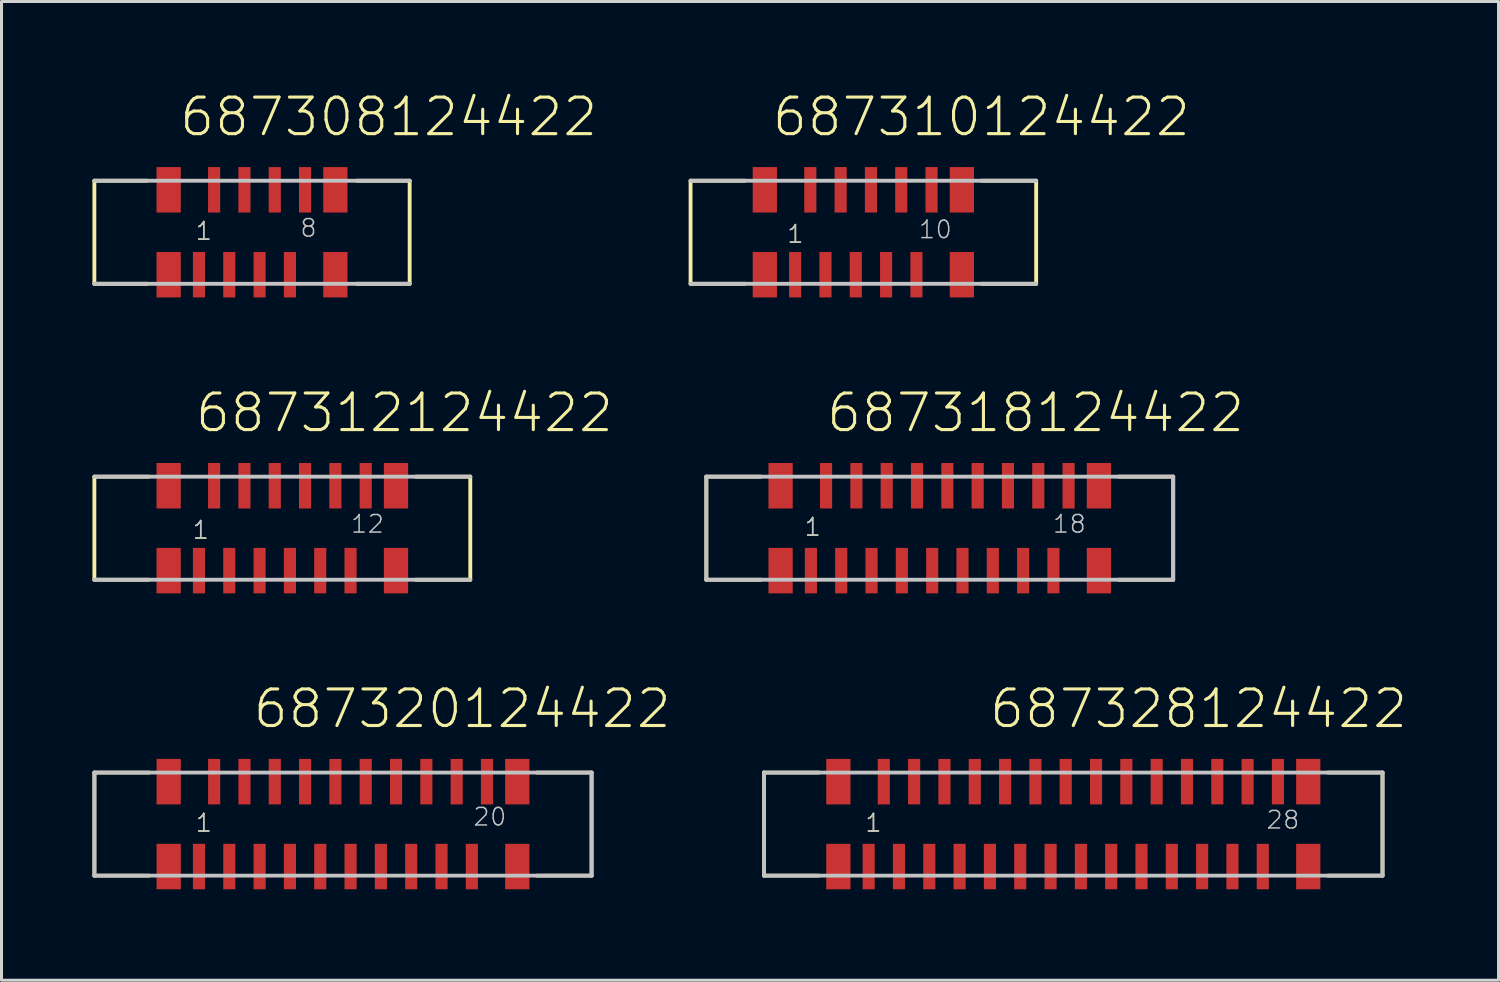
<source format=kicad_pcb>
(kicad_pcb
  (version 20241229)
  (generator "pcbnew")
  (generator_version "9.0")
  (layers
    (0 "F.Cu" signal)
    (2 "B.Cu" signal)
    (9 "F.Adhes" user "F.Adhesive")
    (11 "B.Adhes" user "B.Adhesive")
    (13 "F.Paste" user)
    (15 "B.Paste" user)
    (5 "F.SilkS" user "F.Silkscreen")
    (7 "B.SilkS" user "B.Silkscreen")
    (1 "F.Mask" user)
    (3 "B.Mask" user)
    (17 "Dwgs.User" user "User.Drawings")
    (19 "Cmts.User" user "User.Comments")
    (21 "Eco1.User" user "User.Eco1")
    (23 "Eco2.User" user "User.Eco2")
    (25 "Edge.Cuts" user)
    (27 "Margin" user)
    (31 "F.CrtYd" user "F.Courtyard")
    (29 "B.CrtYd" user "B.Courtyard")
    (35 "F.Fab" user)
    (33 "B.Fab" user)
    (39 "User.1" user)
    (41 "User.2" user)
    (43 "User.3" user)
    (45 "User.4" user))
  (footprint "687320124422"
    (layer "F.Cu")
    (at 8.264 24.134)
    (property "Reference" "687320124422" (at -3.025 -3.1 0) (layer "F.SilkS") (effects (font (size 1.206 1.206) (thickness 0.102)) (justify left bottom)))
    (attr through_hole)
    (fp_line (start -8.2 -1.7) (end -8.2 1.7) (stroke (width 0.127) (type solid)) (layer "F.SilkS"))
    (fp_line (start -8.2 1.7) (end -6.4 1.7) (stroke (width 0.127) (type solid)) (layer "F.SilkS"))
    (fp_line (start -6.4 -1.7) (end -8.2 -1.7) (stroke (width 0.127) (type solid)) (layer "F.SilkS"))
    (fp_line (start 6.4 -1.7) (end 8.2 -1.7) (stroke (width 0.127) (type solid)) (layer "F.SilkS"))
    (fp_line (start 8.2 -1.7) (end 8.2 1.7) (stroke (width 0.127) (type solid)) (layer "F.SilkS"))
    (fp_line (start 8.2 1.7) (end 6.4 1.7) (stroke (width 0.127) (type solid)) (layer "F.SilkS"))
    (fp_line (start -8.2 -1.7) (end -8.2 1.7) (stroke (width 0.127) (type solid)) (layer "Dwgs.User"))
    (fp_line (start -8.2 1.7) (end 8.2 1.7) (stroke (width 0.127) (type solid)) (layer "Dwgs.User"))
    (fp_line (start 8.2 -1.7) (end -8.2 -1.7) (stroke (width 0.127) (type solid)) (layer "Dwgs.User"))
    (fp_line (start 8.2 1.7) (end 8.2 -1.7) (stroke (width 0.127) (type solid)) (layer "Dwgs.User"))
    (fp_text user "1" (at -4.9 0.3 0) (layer "F.SilkS") (effects (font (size 0.579 0.579) (thickness 0.049)) (justify left bottom)))
    (fp_text user "20" (at 4.26 0.1 0) (layer "Dwgs.User") (effects (font (size 0.579 0.579) (thickness 0.049)) (justify left bottom)))
    (fp_text user "1" (at -4.9 0.3 0) (layer "Dwgs.User") (effects (font (size 0.579 0.579) (thickness 0.049)) (justify left bottom)))
    (pad "1" smd rect (at -4.75 1.4 180) (size 0.4 1.5) (layers "F.Cu" "F.Mask" "F.Paste"))
    (pad "2" smd rect (at -4.25 -1.4) (size 0.4 1.5) (layers "F.Cu" "F.Mask" "F.Paste"))
    (pad "3" smd rect (at -3.75 1.4 180) (size 0.4 1.5) (layers "F.Cu" "F.Mask" "F.Paste"))
    (pad "4" smd rect (at -3.25 -1.4 180) (size 0.4 1.5) (layers "F.Cu" "F.Mask" "F.Paste"))
    (pad "5" smd rect (at -2.75 1.4 180) (size 0.4 1.5) (layers "F.Cu" "F.Mask" "F.Paste"))
    (pad "6" smd rect (at -2.25 -1.4 180) (size 0.4 1.5) (layers "F.Cu" "F.Mask" "F.Paste"))
    (pad "7" smd rect (at -1.75 1.4 180) (size 0.4 1.5) (layers "F.Cu" "F.Mask" "F.Paste"))
    (pad "8" smd rect (at -1.25 -1.4 180) (size 0.4 1.5) (layers "F.Cu" "F.Mask" "F.Paste"))
    (pad "9" smd rect (at -0.75 1.4 180) (size 0.4 1.5) (layers "F.Cu" "F.Mask" "F.Paste"))
    (pad "10" smd rect (at -0.25 -1.4 180) (size 0.4 1.5) (layers "F.Cu" "F.Mask" "F.Paste"))
    (pad "11" smd rect (at 0.25 1.4 180) (size 0.4 1.5) (layers "F.Cu" "F.Mask" "F.Paste"))
    (pad "12" smd rect (at 0.75 -1.4 180) (size 0.4 1.5) (layers "F.Cu" "F.Mask" "F.Paste"))
    (pad "13" smd rect (at 1.25 1.4 180) (size 0.4 1.5) (layers "F.Cu" "F.Mask" "F.Paste"))
    (pad "14" smd rect (at 1.75 -1.4 180) (size 0.4 1.5) (layers "F.Cu" "F.Mask" "F.Paste"))
    (pad "15" smd rect (at 2.25 1.4 180) (size 0.4 1.5) (layers "F.Cu" "F.Mask" "F.Paste"))
    (pad "16" smd rect (at 2.75 -1.4 180) (size 0.4 1.5) (layers "F.Cu" "F.Mask" "F.Paste"))
    (pad "17" smd rect (at 3.25 1.4 180) (size 0.4 1.5) (layers "F.Cu" "F.Mask" "F.Paste"))
    (pad "18" smd rect (at 3.75 -1.4 180) (size 0.4 1.5) (layers "F.Cu" "F.Mask" "F.Paste"))
    (pad "19" smd rect (at 4.25 1.4 180) (size 0.4 1.5) (layers "F.Cu" "F.Mask" "F.Paste"))
    (pad "20" smd rect (at 4.75 -1.4 180) (size 0.4 1.5) (layers "F.Cu" "F.Mask" "F.Paste"))
    (pad "Z1" smd rect (at -5.75 -1.4 180) (size 0.8 1.5) (layers "F.Cu" "F.Mask" "F.Paste"))
    (pad "Z2" smd rect (at -5.75 1.4 180) (size 0.8 1.5) (layers "F.Cu" "F.Mask" "F.Paste"))
    (pad "Z3" smd rect (at 5.75 1.4 180) (size 0.8 1.5) (layers "F.Cu" "F.Mask" "F.Paste"))
    (pad "Z4" smd rect (at 5.75 -1.4 180) (size 0.8 1.5) (layers "F.Cu" "F.Mask" "F.Paste")))
  (footprint "687328124422"
    (layer "F.Cu")
    (at 32.354 24.134)
    (property "Reference" "687328124422" (at -2.825 -3.1 0) (layer "F.SilkS") (effects (font (size 1.206 1.206) (thickness 0.102)) (justify left bottom)))
    (attr through_hole)
    (fp_line (start -10.2 -1.7) (end -10.2 1.7) (stroke (width 0.127) (type solid)) (layer "F.SilkS"))
    (fp_line (start -10.2 1.7) (end -8.4 1.7) (stroke (width 0.127) (type solid)) (layer "F.SilkS"))
    (fp_line (start -8.4 -1.7) (end -10.2 -1.7) (stroke (width 0.127) (type solid)) (layer "F.SilkS"))
    (fp_line (start 8.4 -1.7) (end 10.2 -1.7) (stroke (width 0.127) (type solid)) (layer "F.SilkS"))
    (fp_line (start 10.2 -1.7) (end 10.2 1.7) (stroke (width 0.127) (type solid)) (layer "F.SilkS"))
    (fp_line (start 10.2 1.7) (end 8.4 1.7) (stroke (width 0.127) (type solid)) (layer "F.SilkS"))
    (fp_line (start -10.2 -1.7) (end -10.2 1.7) (stroke (width 0.127) (type solid)) (layer "Dwgs.User"))
    (fp_line (start -10.2 1.7) (end 10.2 1.7) (stroke (width 0.127) (type solid)) (layer "Dwgs.User"))
    (fp_line (start 10.2 -1.7) (end -10.2 -1.7) (stroke (width 0.127) (type solid)) (layer "Dwgs.User"))
    (fp_line (start 10.2 1.7) (end 10.2 -1.7) (stroke (width 0.127) (type solid)) (layer "Dwgs.User"))
    (fp_text user "1" (at -6.9 0.3 0) (layer "F.SilkS") (effects (font (size 0.579 0.579) (thickness 0.049)) (justify left bottom)))
    (fp_text user "1" (at -6.9 0.3 0) (layer "Dwgs.User") (effects (font (size 0.579 0.579) (thickness 0.049)) (justify left bottom)))
    (fp_text user "28" (at 6.33 0.2 0) (layer "Dwgs.User") (effects (font (size 0.579 0.579) (thickness 0.049)) (justify left bottom)))
    (pad "1" smd rect (at -6.75 1.4 180) (size 0.4 1.5) (layers "F.Cu" "F.Mask" "F.Paste"))
    (pad "2" smd rect (at -6.25 -1.4) (size 0.4 1.5) (layers "F.Cu" "F.Mask" "F.Paste"))
    (pad "3" smd rect (at -5.75 1.4 180) (size 0.4 1.5) (layers "F.Cu" "F.Mask" "F.Paste"))
    (pad "4" smd rect (at -5.25 -1.4 180) (size 0.4 1.5) (layers "F.Cu" "F.Mask" "F.Paste"))
    (pad "5" smd rect (at -4.75 1.4 180) (size 0.4 1.5) (layers "F.Cu" "F.Mask" "F.Paste"))
    (pad "6" smd rect (at -4.25 -1.4 180) (size 0.4 1.5) (layers "F.Cu" "F.Mask" "F.Paste"))
    (pad "7" smd rect (at -3.75 1.4 180) (size 0.4 1.5) (layers "F.Cu" "F.Mask" "F.Paste"))
    (pad "8" smd rect (at -3.25 -1.4 180) (size 0.4 1.5) (layers "F.Cu" "F.Mask" "F.Paste"))
    (pad "9" smd rect (at -2.75 1.4 180) (size 0.4 1.5) (layers "F.Cu" "F.Mask" "F.Paste"))
    (pad "10" smd rect (at -2.25 -1.4 180) (size 0.4 1.5) (layers "F.Cu" "F.Mask" "F.Paste"))
    (pad "11" smd rect (at -1.75 1.4 180) (size 0.4 1.5) (layers "F.Cu" "F.Mask" "F.Paste"))
    (pad "12" smd rect (at -1.25 -1.4 180) (size 0.4 1.5) (layers "F.Cu" "F.Mask" "F.Paste"))
    (pad "13" smd rect (at -0.75 1.4 180) (size 0.4 1.5) (layers "F.Cu" "F.Mask" "F.Paste"))
    (pad "14" smd rect (at -0.25 -1.4 180) (size 0.4 1.5) (layers "F.Cu" "F.Mask" "F.Paste"))
    (pad "15" smd rect (at 0.25 1.4 180) (size 0.4 1.5) (layers "F.Cu" "F.Mask" "F.Paste"))
    (pad "16" smd rect (at 0.75 -1.4 180) (size 0.4 1.5) (layers "F.Cu" "F.Mask" "F.Paste"))
    (pad "17" smd rect (at 1.25 1.4 180) (size 0.4 1.5) (layers "F.Cu" "F.Mask" "F.Paste"))
    (pad "18" smd rect (at 1.75 -1.4 180) (size 0.4 1.5) (layers "F.Cu" "F.Mask" "F.Paste"))
    (pad "19" smd rect (at 2.25 1.4 180) (size 0.4 1.5) (layers "F.Cu" "F.Mask" "F.Paste"))
    (pad "20" smd rect (at 2.75 -1.4 180) (size 0.4 1.5) (layers "F.Cu" "F.Mask" "F.Paste"))
    (pad "21" smd rect (at 3.25 1.4 180) (size 0.4 1.5) (layers "F.Cu" "F.Mask" "F.Paste"))
    (pad "22" smd rect (at 3.75 -1.4 180) (size 0.4 1.5) (layers "F.Cu" "F.Mask" "F.Paste"))
    (pad "23" smd rect (at 4.25 1.4 180) (size 0.4 1.5) (layers "F.Cu" "F.Mask" "F.Paste"))
    (pad "24" smd rect (at 4.75 -1.4 180) (size 0.4 1.5) (layers "F.Cu" "F.Mask" "F.Paste"))
    (pad "25" smd rect (at 5.25 1.4 180) (size 0.4 1.5) (layers "F.Cu" "F.Mask" "F.Paste"))
    (pad "26" smd rect (at 5.75 -1.4 180) (size 0.4 1.5) (layers "F.Cu" "F.Mask" "F.Paste"))
    (pad "27" smd rect (at 6.25 1.4 180) (size 0.4 1.5) (layers "F.Cu" "F.Mask" "F.Paste"))
    (pad "28" smd rect (at 6.75 -1.4 180) (size 0.4 1.5) (layers "F.Cu" "F.Mask" "F.Paste"))
    (pad "Z1" smd rect (at -7.75 -1.4 180) (size 0.8 1.5) (layers "F.Cu" "F.Mask" "F.Paste"))
    (pad "Z2" smd rect (at -7.75 1.4 180) (size 0.8 1.5) (layers "F.Cu" "F.Mask" "F.Paste"))
    (pad "Z3" smd rect (at 7.75 1.4 180) (size 0.8 1.5) (layers "F.Cu" "F.Mask" "F.Paste"))
    (pad "Z4" smd rect (at 7.75 -1.4 180) (size 0.8 1.5) (layers "F.Cu" "F.Mask" "F.Paste")))
  (footprint "687318124422"
    (layer "F.Cu")
    (at 27.949 14.373)
    (property "Reference" "687318124422" (at -3.795 -3.1 0) (layer "F.SilkS") (effects (font (size 1.206 1.206) (thickness 0.102)) (justify left bottom)))
    (attr through_hole)
    (fp_line (start -7.7 -1.7) (end -7.7 1.7) (stroke (width 0.127) (type solid)) (layer "F.SilkS"))
    (fp_line (start -7.7 1.7) (end -5.9 1.7) (stroke (width 0.127) (type solid)) (layer "F.SilkS"))
    (fp_line (start -5.9 -1.7) (end -7.7 -1.7) (stroke (width 0.127) (type solid)) (layer "F.SilkS"))
    (fp_line (start 5.9 -1.7) (end 7.7 -1.7) (stroke (width 0.127) (type solid)) (layer "F.SilkS"))
    (fp_line (start 7.7 -1.7) (end 7.7 1.7) (stroke (width 0.127) (type solid)) (layer "F.SilkS"))
    (fp_line (start 7.7 1.7) (end 5.9 1.7) (stroke (width 0.127) (type solid)) (layer "F.SilkS"))
    (fp_line (start -7.7 -1.7) (end -7.7 1.7) (stroke (width 0.127) (type solid)) (layer "Dwgs.User"))
    (fp_line (start -7.7 1.7) (end 7.7 1.7) (stroke (width 0.127) (type solid)) (layer "Dwgs.User"))
    (fp_line (start 7.7 -1.7) (end -7.7 -1.7) (stroke (width 0.127) (type solid)) (layer "Dwgs.User"))
    (fp_line (start 7.7 1.7) (end 7.7 -1.7) (stroke (width 0.127) (type solid)) (layer "Dwgs.User"))
    (fp_text user "1" (at -4.5 0.3 0) (layer "F.SilkS") (effects (font (size 0.579 0.579) (thickness 0.049)) (justify left bottom)))
    (fp_text user "1" (at -4.5 0.3 0) (layer "Dwgs.User") (effects (font (size 0.579 0.579) (thickness 0.049)) (justify left bottom)))
    (fp_text user "18" (at 3.69 0.2 0) (layer "Dwgs.User") (effects (font (size 0.579 0.579) (thickness 0.049)) (justify left bottom)))
    (pad "1" smd rect (at -4.25 1.4 180) (size 0.4 1.5) (layers "F.Cu" "F.Mask" "F.Paste"))
    (pad "2" smd rect (at -3.75 -1.4) (size 0.4 1.5) (layers "F.Cu" "F.Mask" "F.Paste"))
    (pad "3" smd rect (at -3.25 1.4 180) (size 0.4 1.5) (layers "F.Cu" "F.Mask" "F.Paste"))
    (pad "4" smd rect (at -2.75 -1.4 180) (size 0.4 1.5) (layers "F.Cu" "F.Mask" "F.Paste"))
    (pad "5" smd rect (at -2.25 1.4 180) (size 0.4 1.5) (layers "F.Cu" "F.Mask" "F.Paste"))
    (pad "6" smd rect (at -1.75 -1.4 180) (size 0.4 1.5) (layers "F.Cu" "F.Mask" "F.Paste"))
    (pad "7" smd rect (at -1.25 1.4 180) (size 0.4 1.5) (layers "F.Cu" "F.Mask" "F.Paste"))
    (pad "8" smd rect (at -0.75 -1.4 180) (size 0.4 1.5) (layers "F.Cu" "F.Mask" "F.Paste"))
    (pad "9" smd rect (at -0.25 1.4 180) (size 0.4 1.5) (layers "F.Cu" "F.Mask" "F.Paste"))
    (pad "10" smd rect (at 0.25 -1.4 180) (size 0.4 1.5) (layers "F.Cu" "F.Mask" "F.Paste"))
    (pad "11" smd rect (at 0.75 1.4 180) (size 0.4 1.5) (layers "F.Cu" "F.Mask" "F.Paste"))
    (pad "12" smd rect (at 1.25 -1.4 180) (size 0.4 1.5) (layers "F.Cu" "F.Mask" "F.Paste"))
    (pad "13" smd rect (at 1.75 1.4 180) (size 0.4 1.5) (layers "F.Cu" "F.Mask" "F.Paste"))
    (pad "14" smd rect (at 2.25 -1.4 180) (size 0.4 1.5) (layers "F.Cu" "F.Mask" "F.Paste"))
    (pad "15" smd rect (at 2.75 1.4 180) (size 0.4 1.5) (layers "F.Cu" "F.Mask" "F.Paste"))
    (pad "16" smd rect (at 3.25 -1.4 180) (size 0.4 1.5) (layers "F.Cu" "F.Mask" "F.Paste"))
    (pad "17" smd rect (at 3.75 1.4 180) (size 0.4 1.5) (layers "F.Cu" "F.Mask" "F.Paste"))
    (pad "18" smd rect (at 4.25 -1.4 180) (size 0.4 1.5) (layers "F.Cu" "F.Mask" "F.Paste"))
    (pad "Z1" smd rect (at -5.25 -1.4 180) (size 0.8 1.5) (layers "F.Cu" "F.Mask" "F.Paste"))
    (pad "Z2" smd rect (at -5.25 1.4 180) (size 0.8 1.5) (layers "F.Cu" "F.Mask" "F.Paste"))
    (pad "Z3" smd rect (at 5.25 1.4 180) (size 0.8 1.5) (layers "F.Cu" "F.Mask" "F.Paste"))
    (pad "Z4" smd rect (at 5.25 -1.4 180) (size 0.8 1.5) (layers "F.Cu" "F.Mask" "F.Paste")))
  (footprint "687312124422"
    (layer "F.Cu")
    (at 6.263 14.373)
    (property "Reference" "687312124422" (at -2.93 -3.1 0) (layer "F.SilkS") (effects (font (size 1.206 1.206) (thickness 0.102)) (justify left bottom)))
    (attr through_hole)
    (fp_line (start -6.2 -1.7) (end -6.2 1.7) (stroke (width 0.127) (type solid)) (layer "F.SilkS"))
    (fp_line (start -4.4 -1.7) (end -6.2 -1.7) (stroke (width 0.127) (type solid)) (layer "F.SilkS"))
    (fp_line (start -4.4 1.7) (end -6.2 1.7) (stroke (width 0.127) (type solid)) (layer "F.SilkS"))
    (fp_line (start 4.4 -1.7) (end 6.2 -1.7) (stroke (width 0.127) (type solid)) (layer "F.SilkS"))
    (fp_line (start 4.4 1.7) (end 6.2 1.7) (stroke (width 0.127) (type solid)) (layer "F.SilkS"))
    (fp_line (start 6.2 1.7) (end 6.2 -1.7) (stroke (width 0.127) (type solid)) (layer "F.SilkS"))
    (fp_line (start -6.2 1.7) (end 6.2 1.7) (stroke (width 0.127) (type solid)) (layer "Dwgs.User"))
    (fp_line (start 6.2 -1.7) (end -6.2 -1.7) (stroke (width 0.127) (type solid)) (layer "Dwgs.User"))
    (fp_text user "1" (at -3 0.4 0) (layer "F.SilkS") (effects (font (size 0.579 0.579) (thickness 0.049)) (justify left bottom)))
    (fp_text user "1" (at -3 0.4 0) (layer "Dwgs.User") (effects (font (size 0.579 0.579) (thickness 0.049)) (justify left bottom)))
    (fp_text user "12" (at 2.225 0.2 0) (layer "Dwgs.User") (effects (font (size 0.579 0.579) (thickness 0.049)) (justify left bottom)))
    (pad "1" smd rect (at -2.75 1.4 180) (size 0.4 1.5) (layers "F.Cu" "F.Mask" "F.Paste"))
    (pad "2" smd rect (at -2.25 -1.4) (size 0.4 1.5) (layers "F.Cu" "F.Mask" "F.Paste"))
    (pad "3" smd rect (at -1.75 1.4 180) (size 0.4 1.5) (layers "F.Cu" "F.Mask" "F.Paste"))
    (pad "4" smd rect (at -1.25 -1.4 180) (size 0.4 1.5) (layers "F.Cu" "F.Mask" "F.Paste"))
    (pad "5" smd rect (at -0.75 1.4 180) (size 0.4 1.5) (layers "F.Cu" "F.Mask" "F.Paste"))
    (pad "6" smd rect (at -0.25 -1.4 180) (size 0.4 1.5) (layers "F.Cu" "F.Mask" "F.Paste"))
    (pad "7" smd rect (at 0.25 1.4 180) (size 0.4 1.5) (layers "F.Cu" "F.Mask" "F.Paste"))
    (pad "8" smd rect (at 0.75 -1.4 180) (size 0.4 1.5) (layers "F.Cu" "F.Mask" "F.Paste"))
    (pad "9" smd rect (at 1.25 1.4 180) (size 0.4 1.5) (layers "F.Cu" "F.Mask" "F.Paste"))
    (pad "10" smd rect (at 1.75 -1.4 180) (size 0.4 1.5) (layers "F.Cu" "F.Mask" "F.Paste"))
    (pad "11" smd rect (at 2.25 1.4 180) (size 0.4 1.5) (layers "F.Cu" "F.Mask" "F.Paste"))
    (pad "12" smd rect (at 2.75 -1.4 180) (size 0.4 1.5) (layers "F.Cu" "F.Mask" "F.Paste"))
    (pad "Z1" smd rect (at -3.75 -1.4 180) (size 0.8 1.5) (layers "F.Cu" "F.Mask" "F.Paste"))
    (pad "Z2" smd rect (at -3.75 1.4 180) (size 0.8 1.5) (layers "F.Cu" "F.Mask" "F.Paste"))
    (pad "Z3" smd rect (at 3.75 1.4 180) (size 0.8 1.5) (layers "F.Cu" "F.Mask" "F.Paste"))
    (pad "Z4" smd rect (at 3.75 -1.4 180) (size 0.8 1.5) (layers "F.Cu" "F.Mask" "F.Paste")))
  (footprint "687310124422"
    (layer "F.Cu")
    (at 25.429 4.611)
    (property "Reference" "687310124422" (at -3.065 -3.1 0) (layer "F.SilkS") (effects (font (size 1.206 1.206) (thickness 0.102)) (justify left bottom)))
    (attr through_hole)
    (fp_line (start -5.7 -1.7) (end -5.7 1.7) (stroke (width 0.127) (type solid)) (layer "F.SilkS"))
    (fp_line (start -3.9 -1.7) (end -5.7 -1.7) (stroke (width 0.127) (type solid)) (layer "F.SilkS"))
    (fp_line (start -3.9 1.7) (end -5.7 1.7) (stroke (width 0.127) (type solid)) (layer "F.SilkS"))
    (fp_line (start 3.9 -1.7) (end 5.7 -1.7) (stroke (width 0.127) (type solid)) (layer "F.SilkS"))
    (fp_line (start 3.9 1.7) (end 5.7 1.7) (stroke (width 0.127) (type solid)) (layer "F.SilkS"))
    (fp_line (start 5.7 1.7) (end 5.7 -1.7) (stroke (width 0.127) (type solid)) (layer "F.SilkS"))
    (fp_line (start -5.7 1.7) (end 5.7 1.7) (stroke (width 0.127) (type solid)) (layer "Dwgs.User"))
    (fp_line (start 5.7 -1.7) (end -5.7 -1.7) (stroke (width 0.127) (type solid)) (layer "Dwgs.User"))
    (fp_text user "1" (at -2.55 0.4 0) (layer "F.SilkS") (effects (font (size 0.579 0.579) (thickness 0.049)) (justify left bottom)))
    (fp_text user "10" (at 1.79 0.25 0) (layer "Dwgs.User") (effects (font (size 0.579 0.579) (thickness 0.049)) (justify left bottom)))
    (fp_text user "1" (at -2.55 0.4 0) (layer "Dwgs.User") (effects (font (size 0.579 0.579) (thickness 0.049)) (justify left bottom)))
    (pad "1" smd rect (at -2.25 1.4 180) (size 0.4 1.5) (layers "F.Cu" "F.Mask" "F.Paste"))
    (pad "2" smd rect (at -1.75 -1.4) (size 0.4 1.5) (layers "F.Cu" "F.Mask" "F.Paste"))
    (pad "3" smd rect (at -1.25 1.4 180) (size 0.4 1.5) (layers "F.Cu" "F.Mask" "F.Paste"))
    (pad "4" smd rect (at -0.75 -1.4 180) (size 0.4 1.5) (layers "F.Cu" "F.Mask" "F.Paste"))
    (pad "5" smd rect (at -0.25 1.4 180) (size 0.4 1.5) (layers "F.Cu" "F.Mask" "F.Paste"))
    (pad "6" smd rect (at 0.25 -1.4 180) (size 0.4 1.5) (layers "F.Cu" "F.Mask" "F.Paste"))
    (pad "7" smd rect (at 0.75 1.4 180) (size 0.4 1.5) (layers "F.Cu" "F.Mask" "F.Paste"))
    (pad "8" smd rect (at 1.25 -1.4 180) (size 0.4 1.5) (layers "F.Cu" "F.Mask" "F.Paste"))
    (pad "9" smd rect (at 1.75 1.4 180) (size 0.4 1.5) (layers "F.Cu" "F.Mask" "F.Paste"))
    (pad "10" smd rect (at 2.25 -1.4 180) (size 0.4 1.5) (layers "F.Cu" "F.Mask" "F.Paste"))
    (pad "Z1" smd rect (at -3.25 -1.4 180) (size 0.8 1.5) (layers "F.Cu" "F.Mask" "F.Paste"))
    (pad "Z2" smd rect (at -3.25 1.4 180) (size 0.8 1.5) (layers "F.Cu" "F.Mask" "F.Paste"))
    (pad "Z3" smd rect (at 3.25 1.4 180) (size 0.8 1.5) (layers "F.Cu" "F.Mask" "F.Paste"))
    (pad "Z4" smd rect (at 3.25 -1.4 180) (size 0.8 1.5) (layers "F.Cu" "F.Mask" "F.Paste")))
  (footprint "687308124422"
    (layer "F.Cu")
    (at 5.263 4.611)
    (property "Reference" "687308124422" (at -2.45 -3.1 0) (layer "F.SilkS") (effects (font (size 1.206 1.206) (thickness 0.102)) (justify left bottom)))
    (attr through_hole)
    (fp_line (start -5.2 -1.7) (end -5.2 1.7) (stroke (width 0.127) (type solid)) (layer "F.SilkS"))
    (fp_line (start -3.45 -1.7) (end -5.2 -1.7) (stroke (width 0.127) (type solid)) (layer "F.SilkS"))
    (fp_line (start -3.45 1.7) (end -5.2 1.7) (stroke (width 0.127) (type solid)) (layer "F.SilkS"))
    (fp_line (start 3.45 -1.7) (end 5.2 -1.7) (stroke (width 0.127) (type solid)) (layer "F.SilkS"))
    (fp_line (start 3.45 1.7) (end 5.2 1.7) (stroke (width 0.127) (type solid)) (layer "F.SilkS"))
    (fp_line (start 5.2 1.7) (end 5.2 -1.7) (stroke (width 0.127) (type solid)) (layer "F.SilkS"))
    (fp_line (start -5.2 1.7) (end 5.2 1.7) (stroke (width 0.127) (type solid)) (layer "Dwgs.User"))
    (fp_line (start 5.2 -1.7) (end -5.2 -1.7) (stroke (width 0.127) (type solid)) (layer "Dwgs.User"))
    (fp_text user "1" (at -1.9 0.3 0) (layer "F.SilkS") (effects (font (size 0.579 0.579) (thickness 0.049)) (justify left bottom)))
    (fp_text user "8" (at 1.555 0.2 0) (layer "Dwgs.User") (effects (font (size 0.579 0.579) (thickness 0.049)) (justify left bottom)))
    (fp_text user "1" (at -1.9 0.3 0) (layer "Dwgs.User") (effects (font (size 0.579 0.579) (thickness 0.049)) (justify left bottom)))
    (pad "1" smd rect (at -1.75 1.4 180) (size 0.4 1.5) (layers "F.Cu" "F.Mask" "F.Paste"))
    (pad "2" smd rect (at -1.25 -1.4) (size 0.4 1.5) (layers "F.Cu" "F.Mask" "F.Paste"))
    (pad "3" smd rect (at -0.75 1.4 180) (size 0.4 1.5) (layers "F.Cu" "F.Mask" "F.Paste"))
    (pad "4" smd rect (at -0.25 -1.4 180) (size 0.4 1.5) (layers "F.Cu" "F.Mask" "F.Paste"))
    (pad "5" smd rect (at 0.25 1.4 180) (size 0.4 1.5) (layers "F.Cu" "F.Mask" "F.Paste"))
    (pad "6" smd rect (at 0.75 -1.4 180) (size 0.4 1.5) (layers "F.Cu" "F.Mask" "F.Paste"))
    (pad "7" smd rect (at 1.25 1.4 180) (size 0.4 1.5) (layers "F.Cu" "F.Mask" "F.Paste"))
    (pad "8" smd rect (at 1.75 -1.4 180) (size 0.4 1.5) (layers "F.Cu" "F.Mask" "F.Paste"))
    (pad "Z1" smd rect (at -2.75 -1.4 180) (size 0.8 1.5) (layers "F.Cu" "F.Mask" "F.Paste"))
    (pad "Z2" smd rect (at -2.75 1.4 180) (size 0.8 1.5) (layers "F.Cu" "F.Mask" "F.Paste"))
    (pad "Z3" smd rect (at 2.75 1.4 180) (size 0.8 1.5) (layers "F.Cu" "F.Mask" "F.Paste"))
    (pad "Z4" smd rect (at 2.75 -1.4 180) (size 0.8 1.5) (layers "F.Cu" "F.Mask" "F.Paste")))
  (gr_rect
    (start -3 -3)
    (end 46.381 29.284)
    (stroke (width 0.1) (type default))
    (fill no)
    (layer "Edge.Cuts")))
</source>
